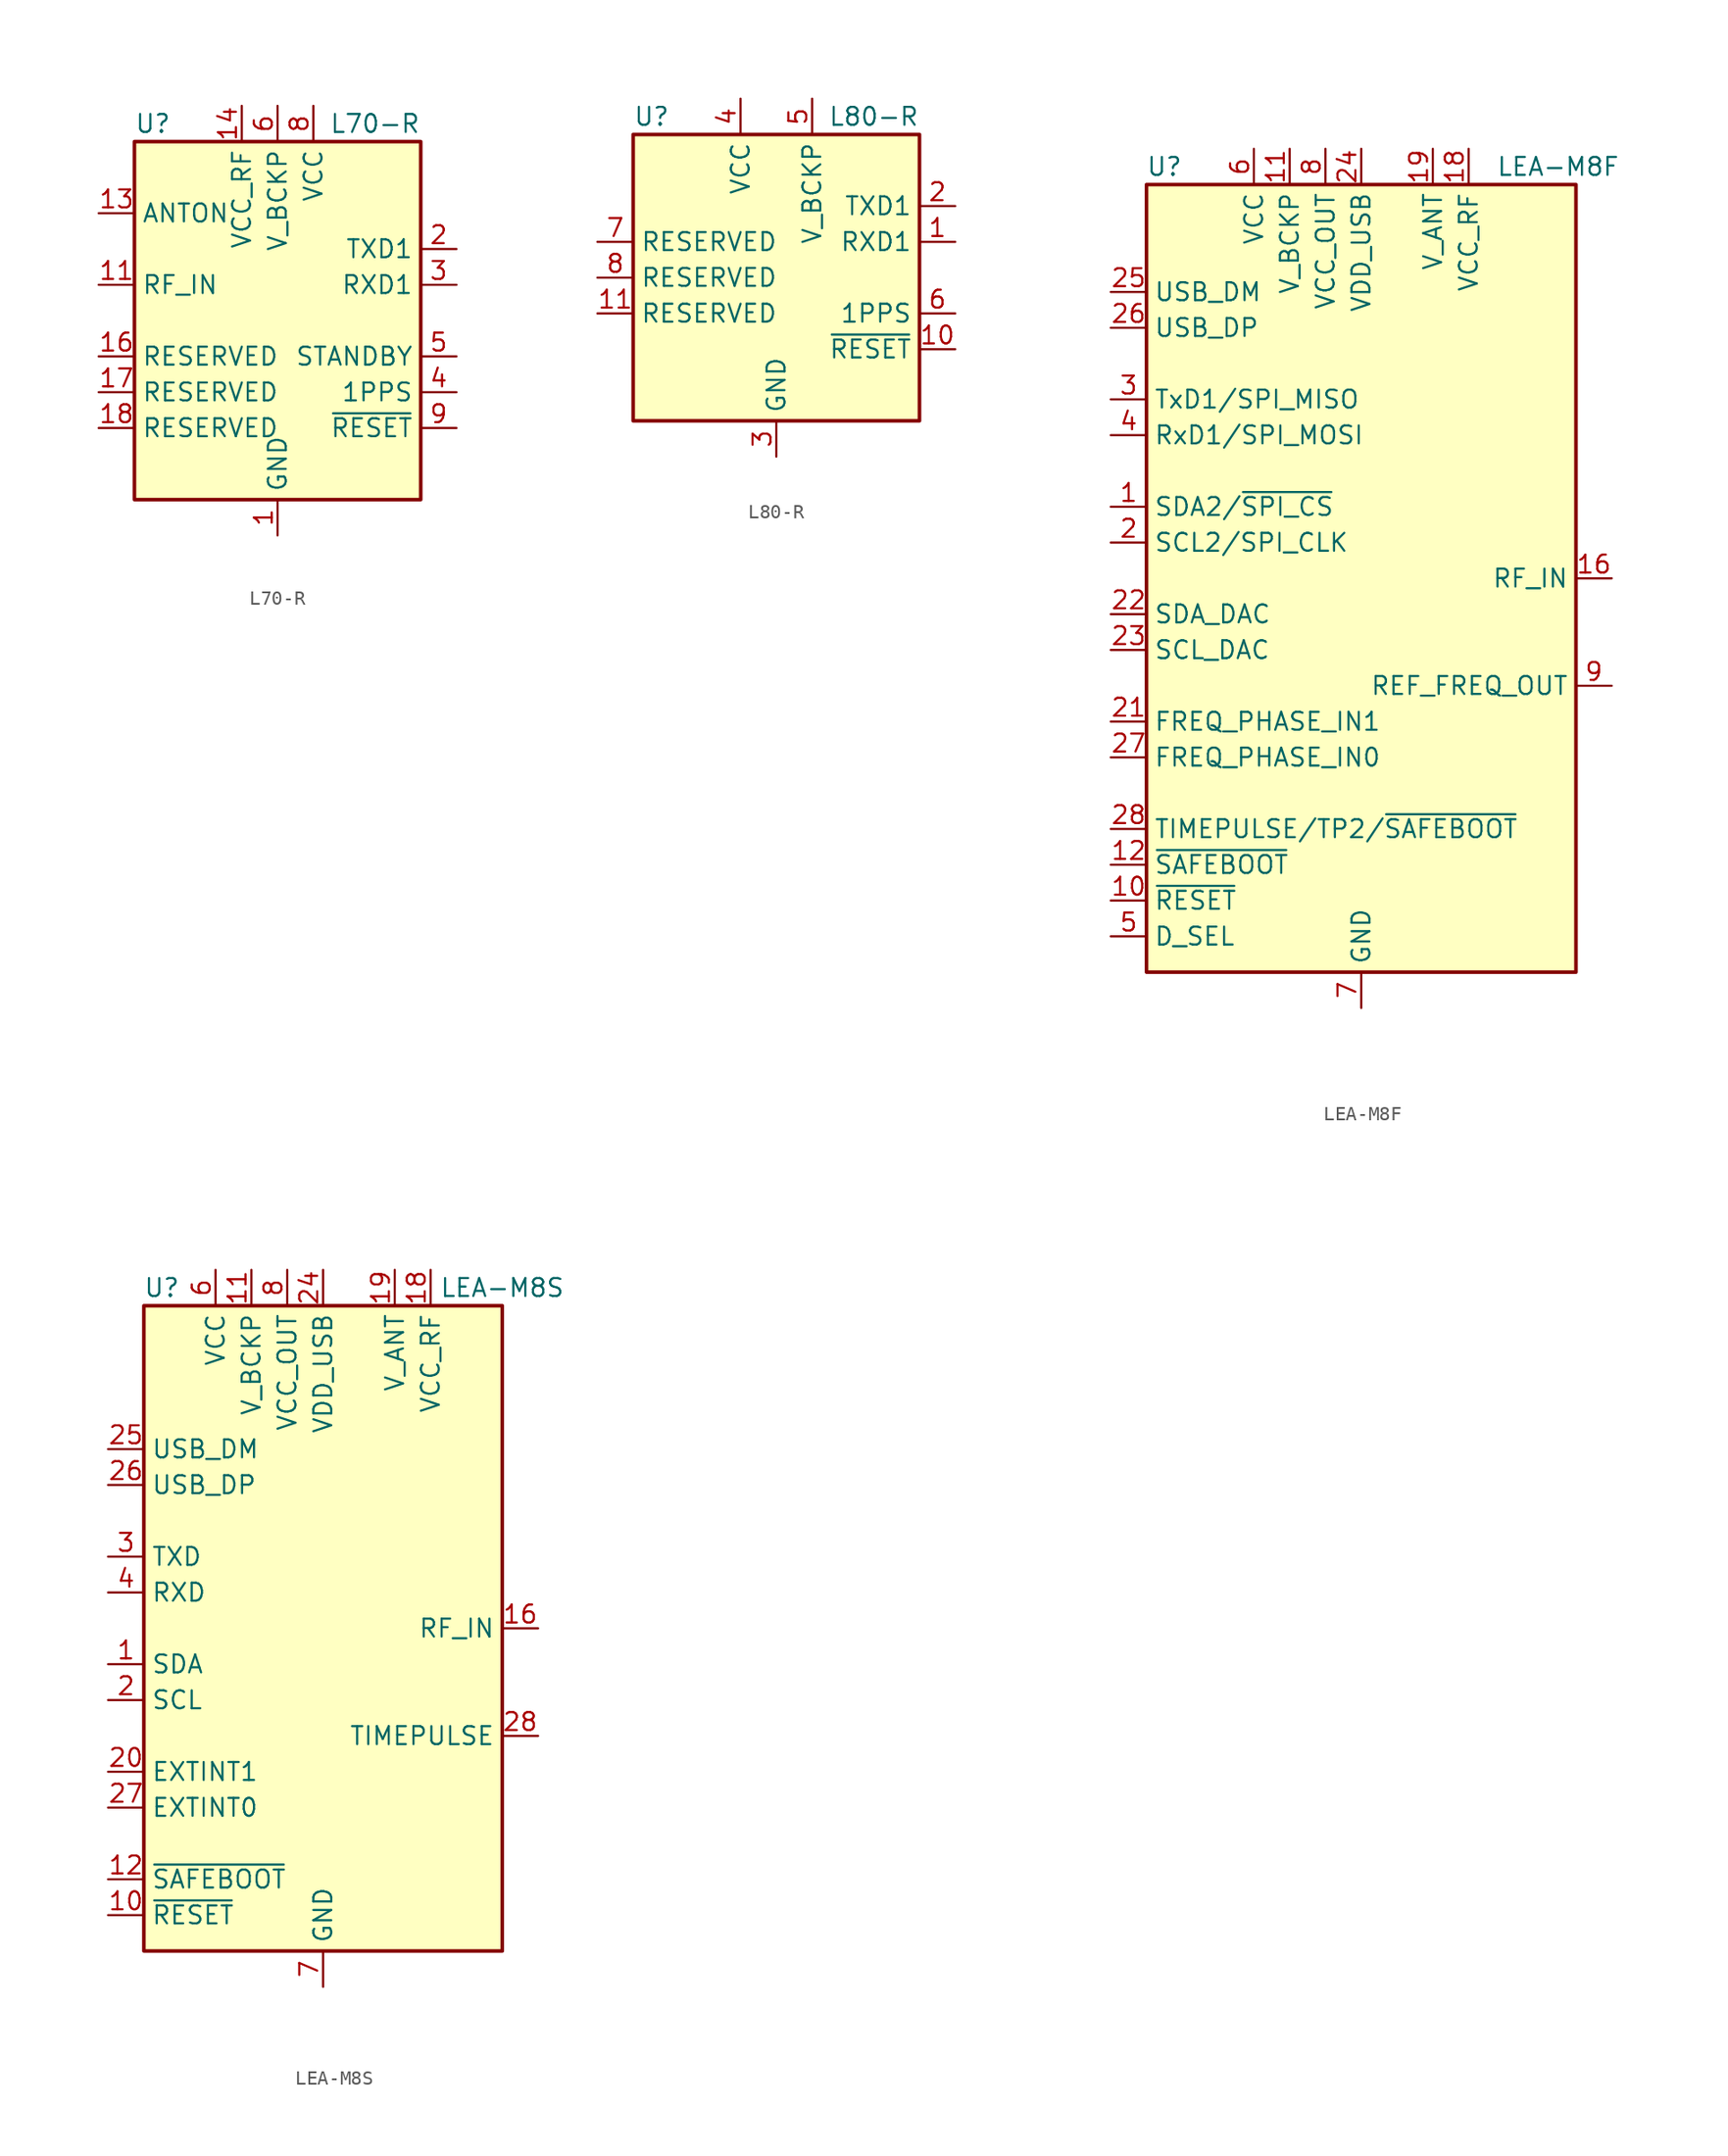
<source format=kicad_sym>
(kicad_symbol_lib
  (version 20211014)
  (generator kicad_symbol_editor)
  (symbol "L70-R"
    (property "Reference" "U"
      (at -10.16 13.97 0)
      (effects (font (size 1.27 1.27)) (justify left)))
    (property "Value" "L70-R"
      (at 10.16 13.97 0)
      (effects (font (size 1.27 1.27)) (justify right)))
    (symbol "L70-R_0_1"
      (rectangle (start -10.16 12.7) (end 10.16 -12.7) (stroke (width 0.254) (type default) (color 0 0 0 0)) (fill (type background))))
    (symbol "L70-R_1_1"
      (pin power_in line (at 0 -15.24 90) (length 2.54) (name "GND" (effects (font (size 1.27 1.27)))) (number "1" (effects (font (size 1.27 1.27)))))
      (pin passive line (at 0 -15.24 90) (length 2.54) hide (name "GND" (effects (font (size 1.27 1.27)))) (number "10" (effects (font (size 1.27 1.27)))))
      (pin input line (at -12.7 2.54 0) (length 2.54) (name "RF_IN" (effects (font (size 1.27 1.27)))) (number "11" (effects (font (size 1.27 1.27)))))
      (pin passive line (at 0 -15.24 90) (length 2.54) hide (name "GND" (effects (font (size 1.27 1.27)))) (number "12" (effects (font (size 1.27 1.27)))))
      (pin output line (at -12.7 7.62 0) (length 2.54) (name "ANTON" (effects (font (size 1.27 1.27)))) (number "13" (effects (font (size 1.27 1.27)))))
      (pin power_out line (at -2.54 15.24 270) (length 2.54) (name "VCC_RF" (effects (font (size 1.27 1.27)))) (number "14" (effects (font (size 1.27 1.27)))))
      (pin no_connect line (at -10.16 0 0) (length 2.54) hide (name "NC" (effects (font (size 1.27 1.27)))) (number "15" (effects (font (size 1.27 1.27)))))
      (pin passive line (at -12.7 -2.54 0) (length 2.54) (name "RESERVED" (effects (font (size 1.27 1.27)))) (number "16" (effects (font (size 1.27 1.27)))))
      (pin passive line (at -12.7 -5.08 0) (length 2.54) (name "RESERVED" (effects (font (size 1.27 1.27)))) (number "17" (effects (font (size 1.27 1.27)))))
      (pin passive line (at -12.7 -7.62 0) (length 2.54) (name "RESERVED" (effects (font (size 1.27 1.27)))) (number "18" (effects (font (size 1.27 1.27)))))
      (pin output line (at 12.7 5.08 180) (length 2.54) (name "TXD1" (effects (font (size 1.27 1.27)))) (number "2" (effects (font (size 1.27 1.27)))))
      (pin input line (at 12.7 2.54 180) (length 2.54) (name "RXD1" (effects (font (size 1.27 1.27)))) (number "3" (effects (font (size 1.27 1.27)))))
      (pin output line (at 12.7 -5.08 180) (length 2.54) (name "1PPS" (effects (font (size 1.27 1.27)))) (number "4" (effects (font (size 1.27 1.27)))))
      (pin input line (at 12.7 -2.54 180) (length 2.54) (name "STANDBY" (effects (font (size 1.27 1.27)))) (number "5" (effects (font (size 1.27 1.27)))))
      (pin power_in line (at 0 15.24 270) (length 2.54) (name "V_BCKP" (effects (font (size 1.27 1.27)))) (number "6" (effects (font (size 1.27 1.27)))))
      (pin no_connect line (at 10.16 0 180) (length 2.54) hide (name "NC" (effects (font (size 1.27 1.27)))) (number "7" (effects (font (size 1.27 1.27)))))
      (pin power_in line (at 2.54 15.24 270) (length 2.54) (name "VCC" (effects (font (size 1.27 1.27)))) (number "8" (effects (font (size 1.27 1.27)))))
      (pin input line (at 12.7 -7.62 180) (length 2.54) (name "~{RESET}" (effects (font (size 1.27 1.27)))) (number "9" (effects (font (size 1.27 1.27)))))))
  (symbol "L80-R"
    (property "Reference" "U"
      (at -10.16 11.43 0)
      (effects (font (size 1.27 1.27)) (justify left)))
    (property "Value" "L80-R"
      (at 10.16 11.43 0)
      (effects (font (size 1.27 1.27)) (justify right)))
    (symbol "L80-R_0_1"
      (rectangle (start -10.16 10.16) (end 10.16 -10.16) (stroke (width 0.254) (type default) (color 0 0 0 0)) (fill (type background))))
    (symbol "L80-R_1_1"
      (pin input line (at 12.7 2.54 180) (length 2.54) (name "RXD1" (effects (font (size 1.27 1.27)))) (number "1" (effects (font (size 1.27 1.27)))))
      (pin input line (at 12.7 -5.08 180) (length 2.54) (name "~{RESET}" (effects (font (size 1.27 1.27)))) (number "10" (effects (font (size 1.27 1.27)))))
      (pin passive line (at -12.7 -2.54 0) (length 2.54) (name "RESERVED" (effects (font (size 1.27 1.27)))) (number "11" (effects (font (size 1.27 1.27)))))
      (pin passive line (at 0 -12.7 90) (length 2.54) hide (name "GND" (effects (font (size 1.27 1.27)))) (number "12" (effects (font (size 1.27 1.27)))))
      (pin output line (at 12.7 5.08 180) (length 2.54) (name "TXD1" (effects (font (size 1.27 1.27)))) (number "2" (effects (font (size 1.27 1.27)))))
      (pin power_in line (at 0 -12.7 90) (length 2.54) (name "GND" (effects (font (size 1.27 1.27)))) (number "3" (effects (font (size 1.27 1.27)))))
      (pin power_in line (at -2.54 12.7 270) (length 2.54) (name "VCC" (effects (font (size 1.27 1.27)))) (number "4" (effects (font (size 1.27 1.27)))))
      (pin power_in line (at 2.54 12.7 270) (length 2.54) (name "V_BCKP" (effects (font (size 1.27 1.27)))) (number "5" (effects (font (size 1.27 1.27)))))
      (pin output line (at 12.7 -2.54 180) (length 2.54) (name "1PPS" (effects (font (size 1.27 1.27)))) (number "6" (effects (font (size 1.27 1.27)))))
      (pin passive line (at -12.7 2.54 0) (length 2.54) (name "RESERVED" (effects (font (size 1.27 1.27)))) (number "7" (effects (font (size 1.27 1.27)))))
      (pin passive line (at -12.7 0 0) (length 2.54) (name "RESERVED" (effects (font (size 1.27 1.27)))) (number "8" (effects (font (size 1.27 1.27)))))
      (pin no_connect line (at 10.16 0 180) (length 2.54) hide (name "NC" (effects (font (size 1.27 1.27)))) (number "9" (effects (font (size 1.27 1.27)))))))
  (symbol "LEA-M8F"
    (property "Reference" "U"
      (at -13.97 29.21 0)
      (effects (font (size 1.27 1.27))))
    (property "Value" "LEA-M8F"
      (at 13.97 29.21 0)
      (effects (font (size 1.27 1.27))))
    (symbol "LEA-M8F_0_1"
      (rectangle (start -15.24 27.94) (end 15.24 -27.94) (stroke (width 0.254) (type default) (color 0 0 0 0)) (fill (type background))))
    (symbol "LEA-M8F_1_1"
      (pin bidirectional line (at -17.78 5.08 0) (length 2.54) (name "SDA2/~{SPI_CS}" (effects (font (size 1.27 1.27)))) (number "1" (effects (font (size 1.27 1.27)))))
      (pin input line (at -17.78 -22.86 0) (length 2.54) (name "~{RESET}" (effects (font (size 1.27 1.27)))) (number "10" (effects (font (size 1.27 1.27)))))
      (pin power_in line (at -5.08 30.48 270) (length 2.54) (name "V_BCKP" (effects (font (size 1.27 1.27)))) (number "11" (effects (font (size 1.27 1.27)))))
      (pin input line (at -17.78 -20.32 0) (length 2.54) (name "~{SAFEBOOT}" (effects (font (size 1.27 1.27)))) (number "12" (effects (font (size 1.27 1.27)))))
      (pin passive line (at 0 -30.48 90) (length 2.54) hide (name "GND" (effects (font (size 1.27 1.27)))) (number "13" (effects (font (size 1.27 1.27)))))
      (pin passive line (at 0 -30.48 90) (length 2.54) hide (name "GND" (effects (font (size 1.27 1.27)))) (number "14" (effects (font (size 1.27 1.27)))))
      (pin passive line (at 0 -30.48 90) (length 2.54) hide (name "GND" (effects (font (size 1.27 1.27)))) (number "15" (effects (font (size 1.27 1.27)))))
      (pin input line (at 17.78 0 180) (length 2.54) (name "RF_IN" (effects (font (size 1.27 1.27)))) (number "16" (effects (font (size 1.27 1.27)))))
      (pin passive line (at 0 -30.48 90) (length 2.54) hide (name "GND" (effects (font (size 1.27 1.27)))) (number "17" (effects (font (size 1.27 1.27)))))
      (pin power_out line (at 7.62 30.48 270) (length 2.54) (name "VCC_RF" (effects (font (size 1.27 1.27)))) (number "18" (effects (font (size 1.27 1.27)))))
      (pin power_in line (at 5.08 30.48 270) (length 2.54) (name "V_ANT" (effects (font (size 1.27 1.27)))) (number "19" (effects (font (size 1.27 1.27)))))
      (pin input line (at -17.78 2.54 0) (length 2.54) (name "SCL2/SPI_CLK" (effects (font (size 1.27 1.27)))) (number "2" (effects (font (size 1.27 1.27)))))
      (pin no_connect line (at 15.24 2.54 180) (length 2.54) hide (name "RESERVED" (effects (font (size 1.27 1.27)))) (number "20" (effects (font (size 1.27 1.27)))))
      (pin input line (at -17.78 -10.16 0) (length 2.54) (name "FREQ_PHASE_IN1" (effects (font (size 1.27 1.27)))) (number "21" (effects (font (size 1.27 1.27)))))
      (pin bidirectional line (at -17.78 -2.54 0) (length 2.54) (name "SDA_DAC" (effects (font (size 1.27 1.27)))) (number "22" (effects (font (size 1.27 1.27)))))
      (pin output line (at -17.78 -5.08 0) (length 2.54) (name "SCL_DAC" (effects (font (size 1.27 1.27)))) (number "23" (effects (font (size 1.27 1.27)))))
      (pin power_in line (at 0 30.48 270) (length 2.54) (name "VDD_USB" (effects (font (size 1.27 1.27)))) (number "24" (effects (font (size 1.27 1.27)))))
      (pin bidirectional line (at -17.78 20.32 0) (length 2.54) (name "USB_DM" (effects (font (size 1.27 1.27)))) (number "25" (effects (font (size 1.27 1.27)))))
      (pin bidirectional line (at -17.78 17.78 0) (length 2.54) (name "USB_DP" (effects (font (size 1.27 1.27)))) (number "26" (effects (font (size 1.27 1.27)))))
      (pin input line (at -17.78 -12.7 0) (length 2.54) (name "FREQ_PHASE_IN0" (effects (font (size 1.27 1.27)))) (number "27" (effects (font (size 1.27 1.27)))))
      (pin bidirectional line (at -17.78 -17.78 0) (length 2.54) (name "TIMEPULSE/TP2/~{SAFEBOOT}" (effects (font (size 1.27 1.27)))) (number "28" (effects (font (size 1.27 1.27)))))
      (pin output line (at -17.78 12.7 0) (length 2.54) (name "TxD1/SPI_MISO" (effects (font (size 1.27 1.27)))) (number "3" (effects (font (size 1.27 1.27)))))
      (pin input line (at -17.78 10.16 0) (length 2.54) (name "RxD1/SPI_MOSI" (effects (font (size 1.27 1.27)))) (number "4" (effects (font (size 1.27 1.27)))))
      (pin input line (at -17.78 -25.4 0) (length 2.54) (name "D_SEL" (effects (font (size 1.27 1.27)))) (number "5" (effects (font (size 1.27 1.27)))))
      (pin power_in line (at -7.62 30.48 270) (length 2.54) (name "VCC" (effects (font (size 1.27 1.27)))) (number "6" (effects (font (size 1.27 1.27)))))
      (pin power_in line (at 0 -30.48 90) (length 2.54) (name "GND" (effects (font (size 1.27 1.27)))) (number "7" (effects (font (size 1.27 1.27)))))
      (pin power_out line (at -2.54 30.48 270) (length 2.54) (name "VCC_OUT" (effects (font (size 1.27 1.27)))) (number "8" (effects (font (size 1.27 1.27)))))
      (pin output line (at 17.78 -7.62 180) (length 2.54) (name "REF_FREQ_OUT" (effects (font (size 1.27 1.27)))) (number "9" (effects (font (size 1.27 1.27)))))))
  (symbol "LEA-M8S"
    (property "Reference" "U"
      (at -11.43 24.13 0)
      (effects (font (size 1.27 1.27))))
    (property "Value" "LEA-M8S"
      (at 12.7 24.13 0)
      (effects (font (size 1.27 1.27))))
    (symbol "LEA-M8S_0_1"
      (rectangle (start -12.7 22.86) (end 12.7 -22.86) (stroke (width 0.254) (type default) (color 0 0 0 0)) (fill (type background))))
    (symbol "LEA-M8S_1_1"
      (pin bidirectional line (at -15.24 -2.54 0) (length 2.54) (name "SDA" (effects (font (size 1.27 1.27)))) (number "1" (effects (font (size 1.27 1.27)))))
      (pin input line (at -15.24 -20.32 0) (length 2.54) (name "~{RESET}" (effects (font (size 1.27 1.27)))) (number "10" (effects (font (size 1.27 1.27)))))
      (pin power_in line (at -5.08 25.4 270) (length 2.54) (name "V_BCKP" (effects (font (size 1.27 1.27)))) (number "11" (effects (font (size 1.27 1.27)))))
      (pin input line (at -15.24 -17.78 0) (length 2.54) (name "~{SAFEBOOT}" (effects (font (size 1.27 1.27)))) (number "12" (effects (font (size 1.27 1.27)))))
      (pin passive line (at 0 -25.4 90) (length 2.54) hide (name "GND" (effects (font (size 1.27 1.27)))) (number "13" (effects (font (size 1.27 1.27)))))
      (pin passive line (at 0 -25.4 90) (length 2.54) hide (name "GND" (effects (font (size 1.27 1.27)))) (number "14" (effects (font (size 1.27 1.27)))))
      (pin passive line (at 0 -25.4 90) (length 2.54) hide (name "GND" (effects (font (size 1.27 1.27)))) (number "15" (effects (font (size 1.27 1.27)))))
      (pin input line (at 15.24 0 180) (length 2.54) (name "RF_IN" (effects (font (size 1.27 1.27)))) (number "16" (effects (font (size 1.27 1.27)))))
      (pin passive line (at 0 -25.4 90) (length 2.54) hide (name "GND" (effects (font (size 1.27 1.27)))) (number "17" (effects (font (size 1.27 1.27)))))
      (pin power_out line (at 7.62 25.4 270) (length 2.54) (name "VCC_RF" (effects (font (size 1.27 1.27)))) (number "18" (effects (font (size 1.27 1.27)))))
      (pin power_in line (at 5.08 25.4 270) (length 2.54) (name "V_ANT" (effects (font (size 1.27 1.27)))) (number "19" (effects (font (size 1.27 1.27)))))
      (pin input line (at -15.24 -5.08 0) (length 2.54) (name "SCL" (effects (font (size 1.27 1.27)))) (number "2" (effects (font (size 1.27 1.27)))))
      (pin input line (at -15.24 -10.16 0) (length 2.54) (name "EXTINT1" (effects (font (size 1.27 1.27)))) (number "20" (effects (font (size 1.27 1.27)))))
      (pin no_connect line (at 12.7 7.62 180) (length 2.54) hide (name "RESERVED" (effects (font (size 1.27 1.27)))) (number "21" (effects (font (size 1.27 1.27)))))
      (pin no_connect line (at 12.7 5.08 180) (length 2.54) hide (name "RESERVED" (effects (font (size 1.27 1.27)))) (number "22" (effects (font (size 1.27 1.27)))))
      (pin no_connect line (at 12.7 2.54 180) (length 2.54) hide (name "RESERVED" (effects (font (size 1.27 1.27)))) (number "23" (effects (font (size 1.27 1.27)))))
      (pin power_in line (at 0 25.4 270) (length 2.54) (name "VDD_USB" (effects (font (size 1.27 1.27)))) (number "24" (effects (font (size 1.27 1.27)))))
      (pin bidirectional line (at -15.24 12.7 0) (length 2.54) (name "USB_DM" (effects (font (size 1.27 1.27)))) (number "25" (effects (font (size 1.27 1.27)))))
      (pin bidirectional line (at -15.24 10.16 0) (length 2.54) (name "USB_DP" (effects (font (size 1.27 1.27)))) (number "26" (effects (font (size 1.27 1.27)))))
      (pin input line (at -15.24 -12.7 0) (length 2.54) (name "EXTINT0" (effects (font (size 1.27 1.27)))) (number "27" (effects (font (size 1.27 1.27)))))
      (pin output line (at 15.24 -7.62 180) (length 2.54) (name "TIMEPULSE" (effects (font (size 1.27 1.27)))) (number "28" (effects (font (size 1.27 1.27)))))
      (pin output line (at -15.24 5.08 0) (length 2.54) (name "TXD" (effects (font (size 1.27 1.27)))) (number "3" (effects (font (size 1.27 1.27)))))
      (pin input line (at -15.24 2.54 0) (length 2.54) (name "RXD" (effects (font (size 1.27 1.27)))) (number "4" (effects (font (size 1.27 1.27)))))
      (pin no_connect line (at 12.7 12.7 180) (length 2.54) hide (name "RESERVED" (effects (font (size 1.27 1.27)))) (number "5" (effects (font (size 1.27 1.27)))))
      (pin power_in line (at -7.62 25.4 270) (length 2.54) (name "VCC" (effects (font (size 1.27 1.27)))) (number "6" (effects (font (size 1.27 1.27)))))
      (pin power_in line (at 0 -25.4 90) (length 2.54) (name "GND" (effects (font (size 1.27 1.27)))) (number "7" (effects (font (size 1.27 1.27)))))
      (pin power_out line (at -2.54 25.4 270) (length 2.54) (name "VCC_OUT" (effects (font (size 1.27 1.27)))) (number "8" (effects (font (size 1.27 1.27)))))
      (pin no_connect line (at 12.7 10.16 180) (length 2.54) hide (name "RESERVED" (effects (font (size 1.27 1.27)))) (number "9" (effects (font (size 1.27 1.27))))))))
</source>
